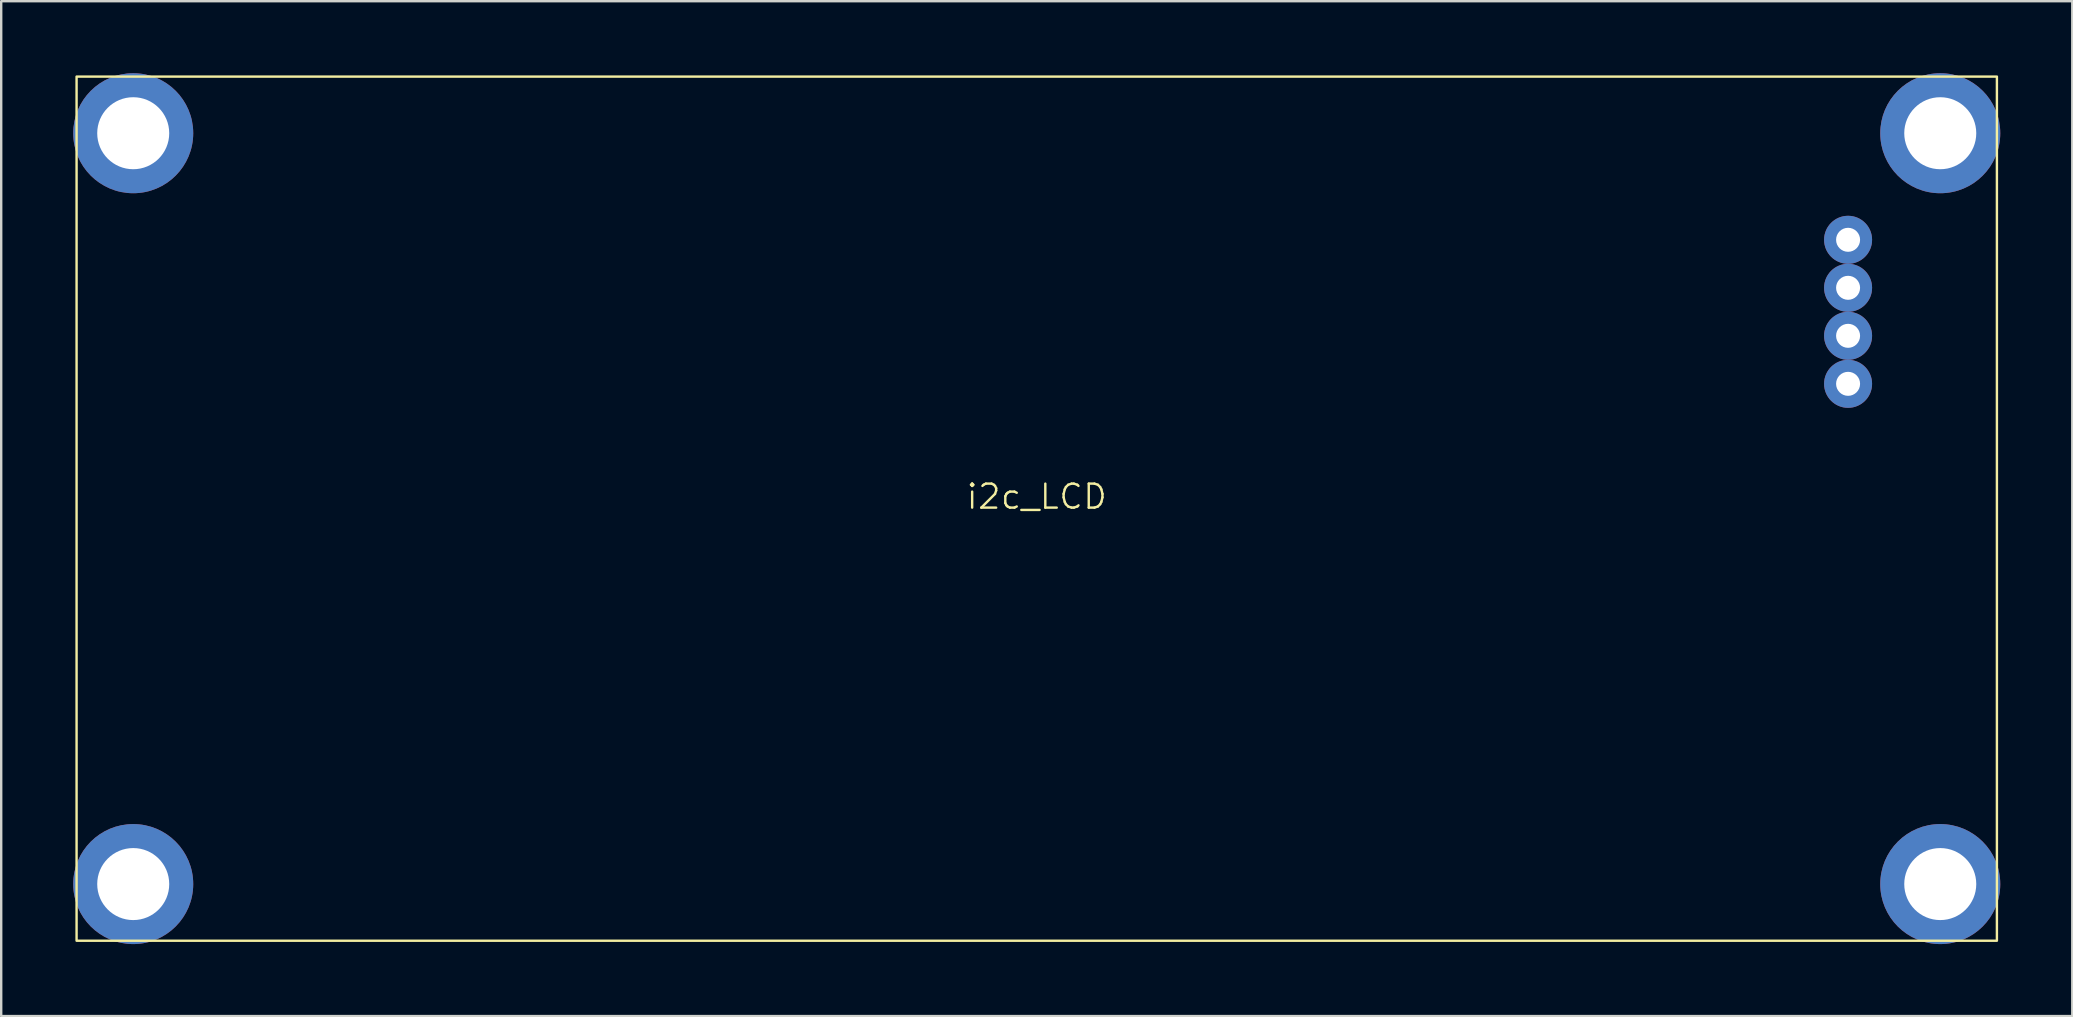
<source format=kicad_pcb>
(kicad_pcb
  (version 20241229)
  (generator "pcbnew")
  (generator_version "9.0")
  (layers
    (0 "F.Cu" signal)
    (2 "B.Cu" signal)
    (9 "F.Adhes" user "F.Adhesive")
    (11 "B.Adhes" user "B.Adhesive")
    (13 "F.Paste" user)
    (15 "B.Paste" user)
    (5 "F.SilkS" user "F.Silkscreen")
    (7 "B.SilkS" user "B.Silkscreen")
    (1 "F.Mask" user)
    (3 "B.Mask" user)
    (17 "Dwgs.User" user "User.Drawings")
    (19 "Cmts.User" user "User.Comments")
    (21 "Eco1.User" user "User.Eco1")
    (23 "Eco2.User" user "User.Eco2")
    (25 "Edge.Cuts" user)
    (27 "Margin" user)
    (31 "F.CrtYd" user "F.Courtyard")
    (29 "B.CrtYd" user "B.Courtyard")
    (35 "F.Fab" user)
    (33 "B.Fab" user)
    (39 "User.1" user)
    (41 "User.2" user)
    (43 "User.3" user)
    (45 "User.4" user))
  (footprint "i2c_LCD"
    (layer "F.Cu")
    (at 40.14 18.14)
    (property "Reference" "i2c_LCD" (at 0 -0.5 0) (unlocked yes) (layer "F.SilkS") (effects (font (size 1 1) (thickness 0.1))))
    (attr smd)
    (fp_rect (start -40 -18) (end 40 18) (stroke (width 0.1) (type solid)) (fill no) (layer "F.SilkS"))
    (pad "1" thru_hole circle (at -37.64 -15.64 90) (size 5 5) (drill 3) (layers "*.Cu" "*.Mask"))
    (pad "1" thru_hole circle (at -37.64 15.64) (size 5 5) (drill 3) (layers "*.Cu" "*.Mask"))
    (pad "1" thru_hole circle (at 37.64 -15.64) (size 5 5) (drill 3) (layers "*.Cu" "*.Mask"))
    (pad "1" thru_hole circle (at 37.64 15.64) (size 5 5) (drill 3) (layers "*.Cu" "*.Mask"))
    (pad "2" thru_hole circle (at 33.8 -11.2) (size 2 2) (drill 1) (layers "*.Cu" "*.Mask"))
    (pad "2" thru_hole circle (at 33.8 -9.2) (size 2 2) (drill 1) (layers "*.Cu" "*.Mask"))
    (pad "2" thru_hole circle (at 33.8 -7.2) (size 2 2) (drill 1) (layers "*.Cu" "*.Mask"))
    (pad "2" thru_hole circle (at 33.8 -5.2) (size 2 2) (drill 1) (layers "*.Cu" "*.Mask")))
  (gr_rect
    (start -3 -3)
    (end 83.28 39.28)
    (stroke (width 0.1) (type default))
    (fill no)
    (layer "Edge.Cuts")))
</source>
